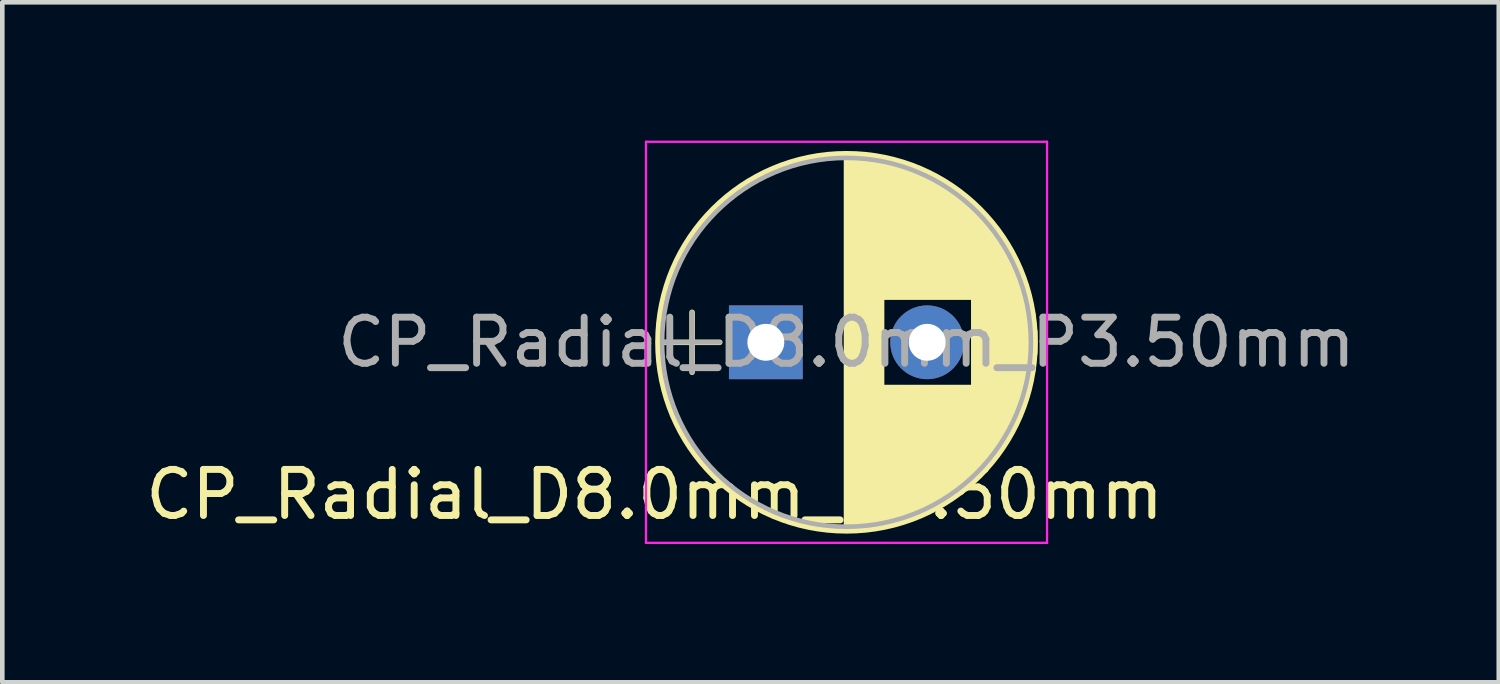
<source format=kicad_pcb>
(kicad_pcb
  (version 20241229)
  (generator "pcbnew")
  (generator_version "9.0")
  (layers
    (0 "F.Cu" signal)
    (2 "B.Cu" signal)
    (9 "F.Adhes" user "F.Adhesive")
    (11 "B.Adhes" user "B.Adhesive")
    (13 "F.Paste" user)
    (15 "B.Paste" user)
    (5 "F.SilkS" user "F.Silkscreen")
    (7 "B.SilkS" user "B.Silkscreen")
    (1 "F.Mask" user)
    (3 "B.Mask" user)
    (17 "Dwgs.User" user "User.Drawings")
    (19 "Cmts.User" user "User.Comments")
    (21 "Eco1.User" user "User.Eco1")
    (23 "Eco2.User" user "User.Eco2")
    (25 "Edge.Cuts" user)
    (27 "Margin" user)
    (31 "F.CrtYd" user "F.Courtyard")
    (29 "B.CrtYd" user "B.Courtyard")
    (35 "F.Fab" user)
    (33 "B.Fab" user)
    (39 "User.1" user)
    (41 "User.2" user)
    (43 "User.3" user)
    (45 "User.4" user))
  (footprint "CP_Radial_D8.0mm_P3.50mm"
    (layer "F.Cu")
    (at 13.562 4.375)
    (property "Reference" "CP_Radial_D8.0mm_P3.50mm" (at -2.413 3.302 0) (layer "F.SilkS") (effects (font (size 1 1) (thickness 0.15))))
    (attr through_hole)
    (fp_line (start -2.2 0) (end -1 0) (stroke (width 0.12) (type solid)) (layer "F.SilkS"))
    (fp_line (start -1.6 -0.65) (end -1.6 0.65) (stroke (width 0.12) (type solid)) (layer "F.SilkS"))
    (fp_line (start 1.75 -4.05) (end 1.75 4.05) (stroke (width 0.12) (type solid)) (layer "F.SilkS"))
    (fp_line (start 1.79 -4.05) (end 1.79 4.05) (stroke (width 0.12) (type solid)) (layer "F.SilkS"))
    (fp_line (start 1.83 -4.05) (end 1.83 4.05) (stroke (width 0.12) (type solid)) (layer "F.SilkS"))
    (fp_line (start 1.87 -4.049) (end 1.87 4.049) (stroke (width 0.12) (type solid)) (layer "F.SilkS"))
    (fp_line (start 1.91 -4.047) (end 1.91 4.047) (stroke (width 0.12) (type solid)) (layer "F.SilkS"))
    (fp_line (start 1.95 -4.046) (end 1.95 4.046) (stroke (width 0.12) (type solid)) (layer "F.SilkS"))
    (fp_line (start 1.99 -4.043) (end 1.99 4.043) (stroke (width 0.12) (type solid)) (layer "F.SilkS"))
    (fp_line (start 2.03 -4.041) (end 2.03 4.041) (stroke (width 0.12) (type solid)) (layer "F.SilkS"))
    (fp_line (start 2.07 -4.038) (end 2.07 4.038) (stroke (width 0.12) (type solid)) (layer "F.SilkS"))
    (fp_line (start 2.11 -4.035) (end 2.11 4.035) (stroke (width 0.12) (type solid)) (layer "F.SilkS"))
    (fp_line (start 2.15 -4.031) (end 2.15 4.031) (stroke (width 0.12) (type solid)) (layer "F.SilkS"))
    (fp_line (start 2.19 -4.027) (end 2.19 4.027) (stroke (width 0.12) (type solid)) (layer "F.SilkS"))
    (fp_line (start 2.23 -4.022) (end 2.23 4.022) (stroke (width 0.12) (type solid)) (layer "F.SilkS"))
    (fp_line (start 2.27 -4.017) (end 2.27 4.017) (stroke (width 0.12) (type solid)) (layer "F.SilkS"))
    (fp_line (start 2.31 -4.012) (end 2.31 4.012) (stroke (width 0.12) (type solid)) (layer "F.SilkS"))
    (fp_line (start 2.35 -4.006) (end 2.35 4.006) (stroke (width 0.12) (type solid)) (layer "F.SilkS"))
    (fp_line (start 2.39 -4) (end 2.39 4) (stroke (width 0.12) (type solid)) (layer "F.SilkS"))
    (fp_line (start 2.43 -3.994) (end 2.43 3.994) (stroke (width 0.12) (type solid)) (layer "F.SilkS"))
    (fp_line (start 2.471 -3.987) (end 2.471 3.987) (stroke (width 0.12) (type solid)) (layer "F.SilkS"))
    (fp_line (start 2.511 -3.979) (end 2.511 3.979) (stroke (width 0.12) (type solid)) (layer "F.SilkS"))
    (fp_line (start 2.551 -3.971) (end 2.551 -0.98) (stroke (width 0.12) (type solid)) (layer "F.SilkS"))
    (fp_line (start 2.551 0.98) (end 2.551 3.971) (stroke (width 0.12) (type solid)) (layer "F.SilkS"))
    (fp_line (start 2.591 -3.963) (end 2.591 -0.98) (stroke (width 0.12) (type solid)) (layer "F.SilkS"))
    (fp_line (start 2.591 0.98) (end 2.591 3.963) (stroke (width 0.12) (type solid)) (layer "F.SilkS"))
    (fp_line (start 2.631 -3.955) (end 2.631 -0.98) (stroke (width 0.12) (type solid)) (layer "F.SilkS"))
    (fp_line (start 2.631 0.98) (end 2.631 3.955) (stroke (width 0.12) (type solid)) (layer "F.SilkS"))
    (fp_line (start 2.671 -3.946) (end 2.671 -0.98) (stroke (width 0.12) (type solid)) (layer "F.SilkS"))
    (fp_line (start 2.671 0.98) (end 2.671 3.946) (stroke (width 0.12) (type solid)) (layer "F.SilkS"))
    (fp_line (start 2.711 -3.936) (end 2.711 -0.98) (stroke (width 0.12) (type solid)) (layer "F.SilkS"))
    (fp_line (start 2.711 0.98) (end 2.711 3.936) (stroke (width 0.12) (type solid)) (layer "F.SilkS"))
    (fp_line (start 2.751 -3.926) (end 2.751 -0.98) (stroke (width 0.12) (type solid)) (layer "F.SilkS"))
    (fp_line (start 2.751 0.98) (end 2.751 3.926) (stroke (width 0.12) (type solid)) (layer "F.SilkS"))
    (fp_line (start 2.791 -3.916) (end 2.791 -0.98) (stroke (width 0.12) (type solid)) (layer "F.SilkS"))
    (fp_line (start 2.791 0.98) (end 2.791 3.916) (stroke (width 0.12) (type solid)) (layer "F.SilkS"))
    (fp_line (start 2.831 -3.905) (end 2.831 -0.98) (stroke (width 0.12) (type solid)) (layer "F.SilkS"))
    (fp_line (start 2.831 0.98) (end 2.831 3.905) (stroke (width 0.12) (type solid)) (layer "F.SilkS"))
    (fp_line (start 2.871 -3.894) (end 2.871 -0.98) (stroke (width 0.12) (type solid)) (layer "F.SilkS"))
    (fp_line (start 2.871 0.98) (end 2.871 3.894) (stroke (width 0.12) (type solid)) (layer "F.SilkS"))
    (fp_line (start 2.911 -3.883) (end 2.911 -0.98) (stroke (width 0.12) (type solid)) (layer "F.SilkS"))
    (fp_line (start 2.911 0.98) (end 2.911 3.883) (stroke (width 0.12) (type solid)) (layer "F.SilkS"))
    (fp_line (start 2.951 -3.87) (end 2.951 -0.98) (stroke (width 0.12) (type solid)) (layer "F.SilkS"))
    (fp_line (start 2.951 0.98) (end 2.951 3.87) (stroke (width 0.12) (type solid)) (layer "F.SilkS"))
    (fp_line (start 2.991 -3.858) (end 2.991 -0.98) (stroke (width 0.12) (type solid)) (layer "F.SilkS"))
    (fp_line (start 2.991 0.98) (end 2.991 3.858) (stroke (width 0.12) (type solid)) (layer "F.SilkS"))
    (fp_line (start 3.031 -3.845) (end 3.031 -0.98) (stroke (width 0.12) (type solid)) (layer "F.SilkS"))
    (fp_line (start 3.031 0.98) (end 3.031 3.845) (stroke (width 0.12) (type solid)) (layer "F.SilkS"))
    (fp_line (start 3.071 -3.832) (end 3.071 -0.98) (stroke (width 0.12) (type solid)) (layer "F.SilkS"))
    (fp_line (start 3.071 0.98) (end 3.071 3.832) (stroke (width 0.12) (type solid)) (layer "F.SilkS"))
    (fp_line (start 3.111 -3.818) (end 3.111 -0.98) (stroke (width 0.12) (type solid)) (layer "F.SilkS"))
    (fp_line (start 3.111 0.98) (end 3.111 3.818) (stroke (width 0.12) (type solid)) (layer "F.SilkS"))
    (fp_line (start 3.151 -3.803) (end 3.151 -0.98) (stroke (width 0.12) (type solid)) (layer "F.SilkS"))
    (fp_line (start 3.151 0.98) (end 3.151 3.803) (stroke (width 0.12) (type solid)) (layer "F.SilkS"))
    (fp_line (start 3.191 -3.789) (end 3.191 -0.98) (stroke (width 0.12) (type solid)) (layer "F.SilkS"))
    (fp_line (start 3.191 0.98) (end 3.191 3.789) (stroke (width 0.12) (type solid)) (layer "F.SilkS"))
    (fp_line (start 3.231 -3.773) (end 3.231 -0.98) (stroke (width 0.12) (type solid)) (layer "F.SilkS"))
    (fp_line (start 3.231 0.98) (end 3.231 3.773) (stroke (width 0.12) (type solid)) (layer "F.SilkS"))
    (fp_line (start 3.271 -3.758) (end 3.271 -0.98) (stroke (width 0.12) (type solid)) (layer "F.SilkS"))
    (fp_line (start 3.271 0.98) (end 3.271 3.758) (stroke (width 0.12) (type solid)) (layer "F.SilkS"))
    (fp_line (start 3.311 -3.741) (end 3.311 -0.98) (stroke (width 0.12) (type solid)) (layer "F.SilkS"))
    (fp_line (start 3.311 0.98) (end 3.311 3.741) (stroke (width 0.12) (type solid)) (layer "F.SilkS"))
    (fp_line (start 3.351 -3.725) (end 3.351 -0.98) (stroke (width 0.12) (type solid)) (layer "F.SilkS"))
    (fp_line (start 3.351 0.98) (end 3.351 3.725) (stroke (width 0.12) (type solid)) (layer "F.SilkS"))
    (fp_line (start 3.391 -3.707) (end 3.391 -0.98) (stroke (width 0.12) (type solid)) (layer "F.SilkS"))
    (fp_line (start 3.391 0.98) (end 3.391 3.707) (stroke (width 0.12) (type solid)) (layer "F.SilkS"))
    (fp_line (start 3.431 -3.69) (end 3.431 -0.98) (stroke (width 0.12) (type solid)) (layer "F.SilkS"))
    (fp_line (start 3.431 0.98) (end 3.431 3.69) (stroke (width 0.12) (type solid)) (layer "F.SilkS"))
    (fp_line (start 3.471 -3.671) (end 3.471 -0.98) (stroke (width 0.12) (type solid)) (layer "F.SilkS"))
    (fp_line (start 3.471 0.98) (end 3.471 3.671) (stroke (width 0.12) (type solid)) (layer "F.SilkS"))
    (fp_line (start 3.511 -3.652) (end 3.511 -0.98) (stroke (width 0.12) (type solid)) (layer "F.SilkS"))
    (fp_line (start 3.511 0.98) (end 3.511 3.652) (stroke (width 0.12) (type solid)) (layer "F.SilkS"))
    (fp_line (start 3.551 -3.633) (end 3.551 -0.98) (stroke (width 0.12) (type solid)) (layer "F.SilkS"))
    (fp_line (start 3.551 0.98) (end 3.551 3.633) (stroke (width 0.12) (type solid)) (layer "F.SilkS"))
    (fp_line (start 3.591 -3.613) (end 3.591 -0.98) (stroke (width 0.12) (type solid)) (layer "F.SilkS"))
    (fp_line (start 3.591 0.98) (end 3.591 3.613) (stroke (width 0.12) (type solid)) (layer "F.SilkS"))
    (fp_line (start 3.631 -3.593) (end 3.631 -0.98) (stroke (width 0.12) (type solid)) (layer "F.SilkS"))
    (fp_line (start 3.631 0.98) (end 3.631 3.593) (stroke (width 0.12) (type solid)) (layer "F.SilkS"))
    (fp_line (start 3.671 -3.572) (end 3.671 -0.98) (stroke (width 0.12) (type solid)) (layer "F.SilkS"))
    (fp_line (start 3.671 0.98) (end 3.671 3.572) (stroke (width 0.12) (type solid)) (layer "F.SilkS"))
    (fp_line (start 3.711 -3.55) (end 3.711 -0.98) (stroke (width 0.12) (type solid)) (layer "F.SilkS"))
    (fp_line (start 3.711 0.98) (end 3.711 3.55) (stroke (width 0.12) (type solid)) (layer "F.SilkS"))
    (fp_line (start 3.751 -3.528) (end 3.751 -0.98) (stroke (width 0.12) (type solid)) (layer "F.SilkS"))
    (fp_line (start 3.751 0.98) (end 3.751 3.528) (stroke (width 0.12) (type solid)) (layer "F.SilkS"))
    (fp_line (start 3.791 -3.505) (end 3.791 -0.98) (stroke (width 0.12) (type solid)) (layer "F.SilkS"))
    (fp_line (start 3.791 0.98) (end 3.791 3.505) (stroke (width 0.12) (type solid)) (layer "F.SilkS"))
    (fp_line (start 3.831 -3.482) (end 3.831 -0.98) (stroke (width 0.12) (type solid)) (layer "F.SilkS"))
    (fp_line (start 3.831 0.98) (end 3.831 3.482) (stroke (width 0.12) (type solid)) (layer "F.SilkS"))
    (fp_line (start 3.871 -3.458) (end 3.871 -0.98) (stroke (width 0.12) (type solid)) (layer "F.SilkS"))
    (fp_line (start 3.871 0.98) (end 3.871 3.458) (stroke (width 0.12) (type solid)) (layer "F.SilkS"))
    (fp_line (start 3.911 -3.434) (end 3.911 -0.98) (stroke (width 0.12) (type solid)) (layer "F.SilkS"))
    (fp_line (start 3.911 0.98) (end 3.911 3.434) (stroke (width 0.12) (type solid)) (layer "F.SilkS"))
    (fp_line (start 3.951 -3.408) (end 3.951 -0.98) (stroke (width 0.12) (type solid)) (layer "F.SilkS"))
    (fp_line (start 3.951 0.98) (end 3.951 3.408) (stroke (width 0.12) (type solid)) (layer "F.SilkS"))
    (fp_line (start 3.991 -3.383) (end 3.991 -0.98) (stroke (width 0.12) (type solid)) (layer "F.SilkS"))
    (fp_line (start 3.991 0.98) (end 3.991 3.383) (stroke (width 0.12) (type solid)) (layer "F.SilkS"))
    (fp_line (start 4.031 -3.356) (end 4.031 -0.98) (stroke (width 0.12) (type solid)) (layer "F.SilkS"))
    (fp_line (start 4.031 0.98) (end 4.031 3.356) (stroke (width 0.12) (type solid)) (layer "F.SilkS"))
    (fp_line (start 4.071 -3.329) (end 4.071 -0.98) (stroke (width 0.12) (type solid)) (layer "F.SilkS"))
    (fp_line (start 4.071 0.98) (end 4.071 3.329) (stroke (width 0.12) (type solid)) (layer "F.SilkS"))
    (fp_line (start 4.111 -3.301) (end 4.111 -0.98) (stroke (width 0.12) (type solid)) (layer "F.SilkS"))
    (fp_line (start 4.111 0.98) (end 4.111 3.301) (stroke (width 0.12) (type solid)) (layer "F.SilkS"))
    (fp_line (start 4.151 -3.272) (end 4.151 -0.98) (stroke (width 0.12) (type solid)) (layer "F.SilkS"))
    (fp_line (start 4.151 0.98) (end 4.151 3.272) (stroke (width 0.12) (type solid)) (layer "F.SilkS"))
    (fp_line (start 4.191 -3.243) (end 4.191 -0.98) (stroke (width 0.12) (type solid)) (layer "F.SilkS"))
    (fp_line (start 4.191 0.98) (end 4.191 3.243) (stroke (width 0.12) (type solid)) (layer "F.SilkS"))
    (fp_line (start 4.231 -3.213) (end 4.231 -0.98) (stroke (width 0.12) (type solid)) (layer "F.SilkS"))
    (fp_line (start 4.231 0.98) (end 4.231 3.213) (stroke (width 0.12) (type solid)) (layer "F.SilkS"))
    (fp_line (start 4.271 -3.182) (end 4.271 -0.98) (stroke (width 0.12) (type solid)) (layer "F.SilkS"))
    (fp_line (start 4.271 0.98) (end 4.271 3.182) (stroke (width 0.12) (type solid)) (layer "F.SilkS"))
    (fp_line (start 4.311 -3.15) (end 4.311 -0.98) (stroke (width 0.12) (type solid)) (layer "F.SilkS"))
    (fp_line (start 4.311 0.98) (end 4.311 3.15) (stroke (width 0.12) (type solid)) (layer "F.SilkS"))
    (fp_line (start 4.351 -3.118) (end 4.351 -0.98) (stroke (width 0.12) (type solid)) (layer "F.SilkS"))
    (fp_line (start 4.351 0.98) (end 4.351 3.118) (stroke (width 0.12) (type solid)) (layer "F.SilkS"))
    (fp_line (start 4.391 -3.084) (end 4.391 -0.98) (stroke (width 0.12) (type solid)) (layer "F.SilkS"))
    (fp_line (start 4.391 0.98) (end 4.391 3.084) (stroke (width 0.12) (type solid)) (layer "F.SilkS"))
    (fp_line (start 4.431 -3.05) (end 4.431 -0.98) (stroke (width 0.12) (type solid)) (layer "F.SilkS"))
    (fp_line (start 4.431 0.98) (end 4.431 3.05) (stroke (width 0.12) (type solid)) (layer "F.SilkS"))
    (fp_line (start 4.471 -3.015) (end 4.471 -0.98) (stroke (width 0.12) (type solid)) (layer "F.SilkS"))
    (fp_line (start 4.471 0.98) (end 4.471 3.015) (stroke (width 0.12) (type solid)) (layer "F.SilkS"))
    (fp_line (start 4.511 -2.979) (end 4.511 2.979) (stroke (width 0.12) (type solid)) (layer "F.SilkS"))
    (fp_line (start 4.551 -2.942) (end 4.551 2.942) (stroke (width 0.12) (type solid)) (layer "F.SilkS"))
    (fp_line (start 4.591 -2.904) (end 4.591 2.904) (stroke (width 0.12) (type solid)) (layer "F.SilkS"))
    (fp_line (start 4.631 -2.865) (end 4.631 2.865) (stroke (width 0.12) (type solid)) (layer "F.SilkS"))
    (fp_line (start 4.671 -2.824) (end 4.671 2.824) (stroke (width 0.12) (type solid)) (layer "F.SilkS"))
    (fp_line (start 4.711 -2.783) (end 4.711 2.783) (stroke (width 0.12) (type solid)) (layer "F.SilkS"))
    (fp_line (start 4.751 -2.74) (end 4.751 2.74) (stroke (width 0.12) (type solid)) (layer "F.SilkS"))
    (fp_line (start 4.791 -2.697) (end 4.791 2.697) (stroke (width 0.12) (type solid)) (layer "F.SilkS"))
    (fp_line (start 4.831 -2.652) (end 4.831 2.652) (stroke (width 0.12) (type solid)) (layer "F.SilkS"))
    (fp_line (start 4.871 -2.605) (end 4.871 2.605) (stroke (width 0.12) (type solid)) (layer "F.SilkS"))
    (fp_line (start 4.911 -2.557) (end 4.911 2.557) (stroke (width 0.12) (type solid)) (layer "F.SilkS"))
    (fp_line (start 4.951 -2.508) (end 4.951 2.508) (stroke (width 0.12) (type solid)) (layer "F.SilkS"))
    (fp_line (start 4.991 -2.457) (end 4.991 2.457) (stroke (width 0.12) (type solid)) (layer "F.SilkS"))
    (fp_line (start 5.031 -2.404) (end 5.031 2.404) (stroke (width 0.12) (type solid)) (layer "F.SilkS"))
    (fp_line (start 5.071 -2.349) (end 5.071 2.349) (stroke (width 0.12) (type solid)) (layer "F.SilkS"))
    (fp_line (start 5.111 -2.293) (end 5.111 2.293) (stroke (width 0.12) (type solid)) (layer "F.SilkS"))
    (fp_line (start 5.151 -2.234) (end 5.151 2.234) (stroke (width 0.12) (type solid)) (layer "F.SilkS"))
    (fp_line (start 5.191 -2.173) (end 5.191 2.173) (stroke (width 0.12) (type solid)) (layer "F.SilkS"))
    (fp_line (start 5.231 -2.109) (end 5.231 2.109) (stroke (width 0.12) (type solid)) (layer "F.SilkS"))
    (fp_line (start 5.271 -2.043) (end 5.271 2.043) (stroke (width 0.12) (type solid)) (layer "F.SilkS"))
    (fp_line (start 5.311 -1.974) (end 5.311 1.974) (stroke (width 0.12) (type solid)) (layer "F.SilkS"))
    (fp_line (start 5.351 -1.902) (end 5.351 1.902) (stroke (width 0.12) (type solid)) (layer "F.SilkS"))
    (fp_line (start 5.391 -1.826) (end 5.391 1.826) (stroke (width 0.12) (type solid)) (layer "F.SilkS"))
    (fp_line (start 5.431 -1.745) (end 5.431 1.745) (stroke (width 0.12) (type solid)) (layer "F.SilkS"))
    (fp_line (start 5.471 -1.66) (end 5.471 1.66) (stroke (width 0.12) (type solid)) (layer "F.SilkS"))
    (fp_line (start 5.511 -1.57) (end 5.511 1.57) (stroke (width 0.12) (type solid)) (layer "F.SilkS"))
    (fp_line (start 5.551 -1.473) (end 5.551 1.473) (stroke (width 0.12) (type solid)) (layer "F.SilkS"))
    (fp_line (start 5.591 -1.369) (end 5.591 1.369) (stroke (width 0.12) (type solid)) (layer "F.SilkS"))
    (fp_line (start 5.631 -1.254) (end 5.631 1.254) (stroke (width 0.12) (type solid)) (layer "F.SilkS"))
    (fp_line (start 5.671 -1.127) (end 5.671 1.127) (stroke (width 0.12) (type solid)) (layer "F.SilkS"))
    (fp_line (start 5.711 -0.983) (end 5.711 0.983) (stroke (width 0.12) (type solid)) (layer "F.SilkS"))
    (fp_line (start 5.751 -0.814) (end 5.751 0.814) (stroke (width 0.12) (type solid)) (layer "F.SilkS"))
    (fp_line (start 5.791 -0.598) (end 5.791 0.598) (stroke (width 0.12) (type solid)) (layer "F.SilkS"))
    (fp_line (start 5.831 -0.246) (end 5.831 0.246) (stroke (width 0.12) (type solid)) (layer "F.SilkS"))
    (fp_circle (center 1.75 0) (end 5.84 0) (stroke (width 0.12) (type solid)) (fill no) (layer "F.SilkS"))
    (fp_line (start -2.6 -4.35) (end -2.6 4.35) (stroke (width 0.05) (type solid)) (layer "F.CrtYd"))
    (fp_line (start -2.6 4.35) (end 6.1 4.35) (stroke (width 0.05) (type solid)) (layer "F.CrtYd"))
    (fp_line (start 6.1 -4.35) (end -2.6 -4.35) (stroke (width 0.05) (type solid)) (layer "F.CrtYd"))
    (fp_line (start 6.1 4.35) (end 6.1 -4.35) (stroke (width 0.05) (type solid)) (layer "F.CrtYd"))
    (fp_line (start -2.2 0) (end -1 0) (stroke (width 0.1) (type solid)) (layer "F.Fab"))
    (fp_line (start -1.6 -0.65) (end -1.6 0.65) (stroke (width 0.1) (type solid)) (layer "F.Fab"))
    (fp_circle (center 1.75 0) (end 5.75 0) (stroke (width 0.1) (type solid)) (fill no) (layer "F.Fab"))
    (fp_text user "${REFERENCE}" (at 1.75 0 0) (layer "F.Fab") (effects (font (size 1 1) (thickness 0.15))))
    (pad "1" thru_hole rect (at 0 0) (size 1.6 1.6) (drill 0.8) (layers "*.Cu" "*.Mask"))
    (pad "2" thru_hole circle (at 3.5 0) (size 1.6 1.6) (drill 0.8) (layers "*.Cu" "*.Mask")))
  (gr_rect
    (start -3 -3)
    (end 29.461 11.75)
    (stroke (width 0.1) (type default))
    (fill no)
    (layer "Edge.Cuts")))
</source>
